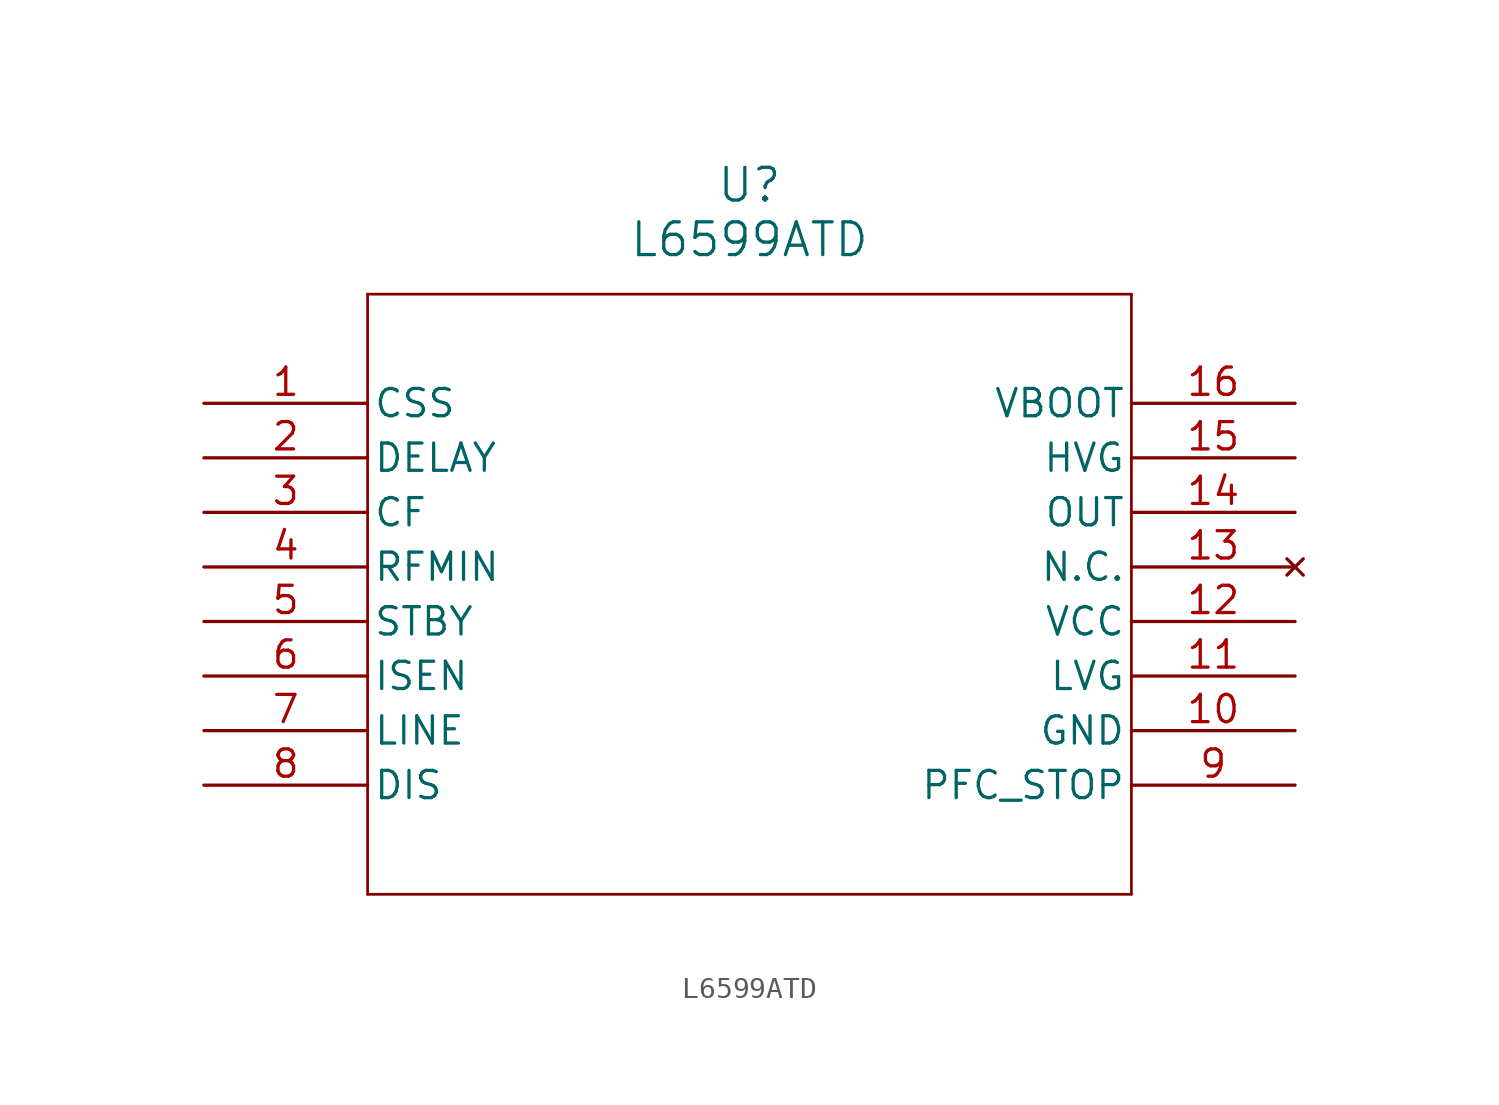
<source format=kicad_sym>
(kicad_symbol_lib
  (version 20211014)
  (generator kicad_symbol_editor)
  (symbol "L6599ATD"
    (pin_names
      (offset 0.254))
    (property "Reference" "U"
      (at 25.4 10.16 0)
      (effects (font (size 1.524 1.524))))
    (property "Value" "L6599ATD"
      (at 25.4 7.62 0)
      (effects (font (size 1.524 1.524))))
    (symbol "L6599ATD_0_1"
      (polyline (pts (xy 7.62 5.08) (xy 7.62 -22.86)) (stroke (width 0.127) (type default) (color 0 0 0 0)) (fill (type none)))
      (polyline (pts (xy 7.62 -22.86) (xy 43.18 -22.86)) (stroke (width 0.127) (type default) (color 0 0 0 0)) (fill (type none)))
      (polyline (pts (xy 43.18 -22.86) (xy 43.18 5.08)) (stroke (width 0.127) (type default) (color 0 0 0 0)) (fill (type none)))
      (polyline (pts (xy 43.18 5.08) (xy 7.62 5.08)) (stroke (width 0.127) (type default) (color 0 0 0 0)) (fill (type none)))
      (pin unspecified line (at 0 0 0) (length 7.62) (name "CSS" (effects (font (size 1.27 1.27)))) (number "1" (effects (font (size 1.27 1.27)))))
      (pin unspecified line (at 0 -2.54 0) (length 7.62) (name "DELAY" (effects (font (size 1.27 1.27)))) (number "2" (effects (font (size 1.27 1.27)))))
      (pin unspecified line (at 0 -5.08 0) (length 7.62) (name "CF" (effects (font (size 1.27 1.27)))) (number "3" (effects (font (size 1.27 1.27)))))
      (pin unspecified line (at 0 -7.62 0) (length 7.62) (name "RFMIN" (effects (font (size 1.27 1.27)))) (number "4" (effects (font (size 1.27 1.27)))))
      (pin unspecified line (at 0 -10.16 0) (length 7.62) (name "STBY" (effects (font (size 1.27 1.27)))) (number "5" (effects (font (size 1.27 1.27)))))
      (pin unspecified line (at 0 -12.7 0) (length 7.62) (name "ISEN" (effects (font (size 1.27 1.27)))) (number "6" (effects (font (size 1.27 1.27)))))
      (pin unspecified line (at 0 -15.24 0) (length 7.62) (name "LINE" (effects (font (size 1.27 1.27)))) (number "7" (effects (font (size 1.27 1.27)))))
      (pin unspecified line (at 0 -17.78 0) (length 7.62) (name "DIS" (effects (font (size 1.27 1.27)))) (number "8" (effects (font (size 1.27 1.27)))))
      (pin unspecified line (at 50.8 -17.78 180) (length 7.62) (name "PFC_STOP" (effects (font (size 1.27 1.27)))) (number "9" (effects (font (size 1.27 1.27)))))
      (pin power_out line (at 50.8 -15.24 180) (length 7.62) (name "GND" (effects (font (size 1.27 1.27)))) (number "10" (effects (font (size 1.27 1.27)))))
      (pin unspecified line (at 50.8 -12.7 180) (length 7.62) (name "LVG" (effects (font (size 1.27 1.27)))) (number "11" (effects (font (size 1.27 1.27)))))
      (pin power_in line (at 50.8 -10.16 180) (length 7.62) (name "VCC" (effects (font (size 1.27 1.27)))) (number "12" (effects (font (size 1.27 1.27)))))
      (pin no_connect line (at 50.8 -7.62 180) (length 7.62) (name "N.C." (effects (font (size 1.27 1.27)))) (number "13" (effects (font (size 1.27 1.27)))))
      (pin output line (at 50.8 -5.08 180) (length 7.62) (name "OUT" (effects (font (size 1.27 1.27)))) (number "14" (effects (font (size 1.27 1.27)))))
      (pin unspecified line (at 50.8 -2.54 180) (length 7.62) (name "HVG" (effects (font (size 1.27 1.27)))) (number "15" (effects (font (size 1.27 1.27)))))
      (pin unspecified line (at 50.8 0 180) (length 7.62) (name "VBOOT" (effects (font (size 1.27 1.27)))) (number "16" (effects (font (size 1.27 1.27))))))))
</source>
